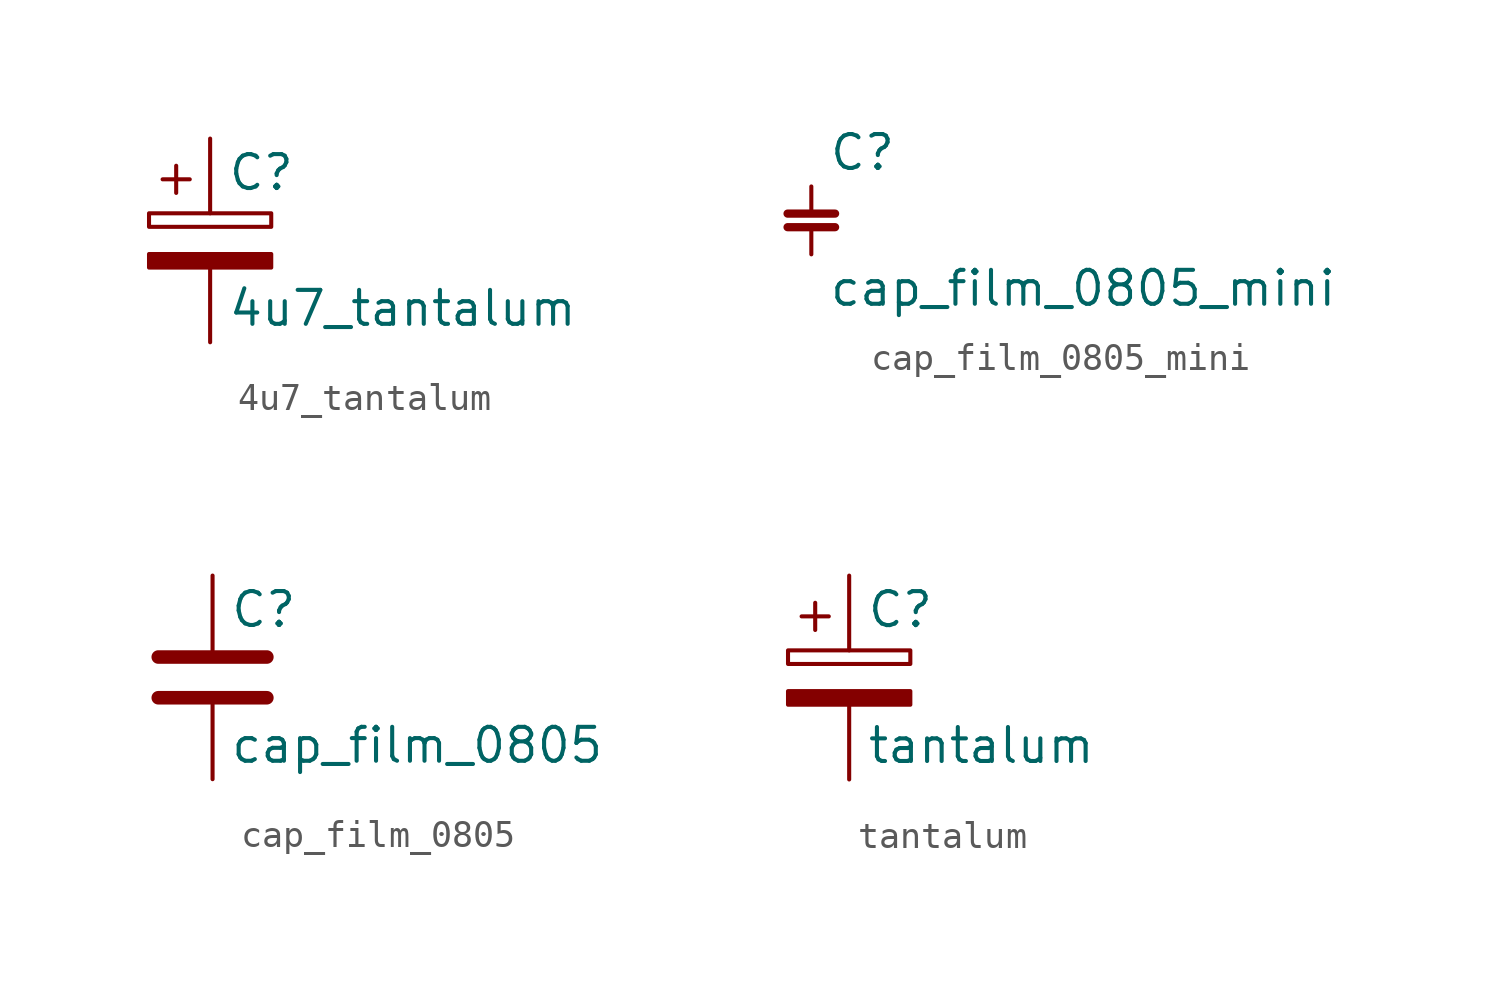
<source format=kicad_sym>
(kicad_symbol_lib
  (version 20220914)
  (generator kicad_symbol_editor)
  (symbol "4u7_tantalum"
    (pin_numbers hide)
    (pin_names
      (offset 0.254))
    (property "Reference" "C"
      (at 0.635 2.54 0)
      (effects (font (size 1.27 1.27)) (justify left)))
    (property "Value" "4u7_tantalum"
      (at 0.635 -2.54 0)
      (effects (font (size 1.27 1.27)) (justify left)))
    (symbol "4u7_tantalum_0_1"
      (rectangle (start -2.286 -0.508) (end 2.286 -1.016) (stroke (width 0) (type default)) (fill (type outline)))
      (rectangle (start -2.286 0.508) (end 2.286 1.016) (stroke (width 0) (type default)) (fill (type none)))
      (polyline (pts (xy -1.778 2.286) (xy -0.762 2.286)) (stroke (width 0) (type default)) (fill (type none)))
      (polyline (pts (xy -1.27 2.794) (xy -1.27 1.778)) (stroke (width 0) (type default)) (fill (type none))))
    (symbol "4u7_tantalum_1_1"
      (pin passive line (at 0 3.81 270) (length 2.794) (name "~" (effects (font (size 1.27 1.27)))) (number "1" (effects (font (size 1.27 1.27)))))
      (pin passive line (at 0 -3.81 90) (length 2.794) (name "~" (effects (font (size 1.27 1.27)))) (number "2" (effects (font (size 1.27 1.27)))))))
  (symbol "cap_film_0805_mini"
    (pin_numbers hide)
    (pin_names
      (offset 0.254))
    (property "Reference" "C"
      (at 0.635 2.54 0)
      (effects (font (size 1.27 1.27)) (justify left)))
    (property "Value" "cap_film_0805_mini"
      (at 0.635 -2.54 0)
      (effects (font (size 1.27 1.27)) (justify left)))
    (symbol "cap_film_0805_mini_0_1"
      (polyline (pts (xy -0.889 -0.254) (xy 0.889 -0.254)) (stroke (width 0.308) (type default)) (fill (type none)))
      (polyline (pts (xy -0.889 0.254) (xy 0.889 0.254)) (stroke (width 0.308) (type default)) (fill (type none))))
    (symbol "cap_film_0805_mini_1_1"
      (pin passive line (at 0 1.27 270) (length 1) (name "~" (effects (font (size 1.27 1.27)))) (number "1" (effects (font (size 1.27 1.27)))))
      (pin passive line (at 0 -1.27 90) (length 1) (name "~" (effects (font (size 1.27 1.27)))) (number "2" (effects (font (size 1.27 1.27)))))))
  (symbol "cap_film_0805"
    (pin_numbers hide)
    (pin_names
      (offset 0.254))
    (property "Reference" "C"
      (at 0.635 2.54 0)
      (effects (font (size 1.27 1.27)) (justify left)))
    (property "Value" "cap_film_0805"
      (at 0.635 -2.54 0)
      (effects (font (size 1.27 1.27)) (justify left)))
    (symbol "cap_film_0805_0_1"
      (polyline (pts (xy -2.032 -0.762) (xy 2.032 -0.762)) (stroke (width 0.508) (type default)) (fill (type none)))
      (polyline (pts (xy -2.032 0.762) (xy 2.032 0.762)) (stroke (width 0.508) (type default)) (fill (type none))))
    (symbol "cap_film_0805_1_1"
      (pin passive line (at 0 3.81 270) (length 2.794) (name "~" (effects (font (size 1.27 1.27)))) (number "1" (effects (font (size 1.27 1.27)))))
      (pin passive line (at 0 -3.81 90) (length 2.794) (name "~" (effects (font (size 1.27 1.27)))) (number "2" (effects (font (size 1.27 1.27)))))))
  (symbol "tantalum"
    (pin_numbers hide)
    (pin_names
      (offset 0.254))
    (property "Reference" "C"
      (at 0.635 2.54 0)
      (effects (font (size 1.27 1.27)) (justify left)))
    (property "Value" "tantalum"
      (at 0.635 -2.54 0)
      (effects (font (size 1.27 1.27)) (justify left)))
    (symbol "tantalum_0_1"
      (rectangle (start -2.286 0.508) (end 2.286 1.016) (stroke (width 0) (type default)) (fill (type none)))
      (polyline (pts (xy -1.778 2.286) (xy -0.762 2.286)) (stroke (width 0) (type default)) (fill (type none)))
      (polyline (pts (xy -1.27 2.794) (xy -1.27 1.778)) (stroke (width 0) (type default)) (fill (type none)))
      (rectangle (start 2.286 -0.508) (end -2.286 -1.016) (stroke (width 0) (type default)) (fill (type outline))))
    (symbol "tantalum_1_1"
      (pin passive line (at 0 3.81 270) (length 2.794) (name "~" (effects (font (size 1.27 1.27)))) (number "1" (effects (font (size 1.27 1.27)))))
      (pin passive line (at 0 -3.81 90) (length 2.794) (name "~" (effects (font (size 1.27 1.27)))) (number "2" (effects (font (size 1.27 1.27))))))))
</source>
